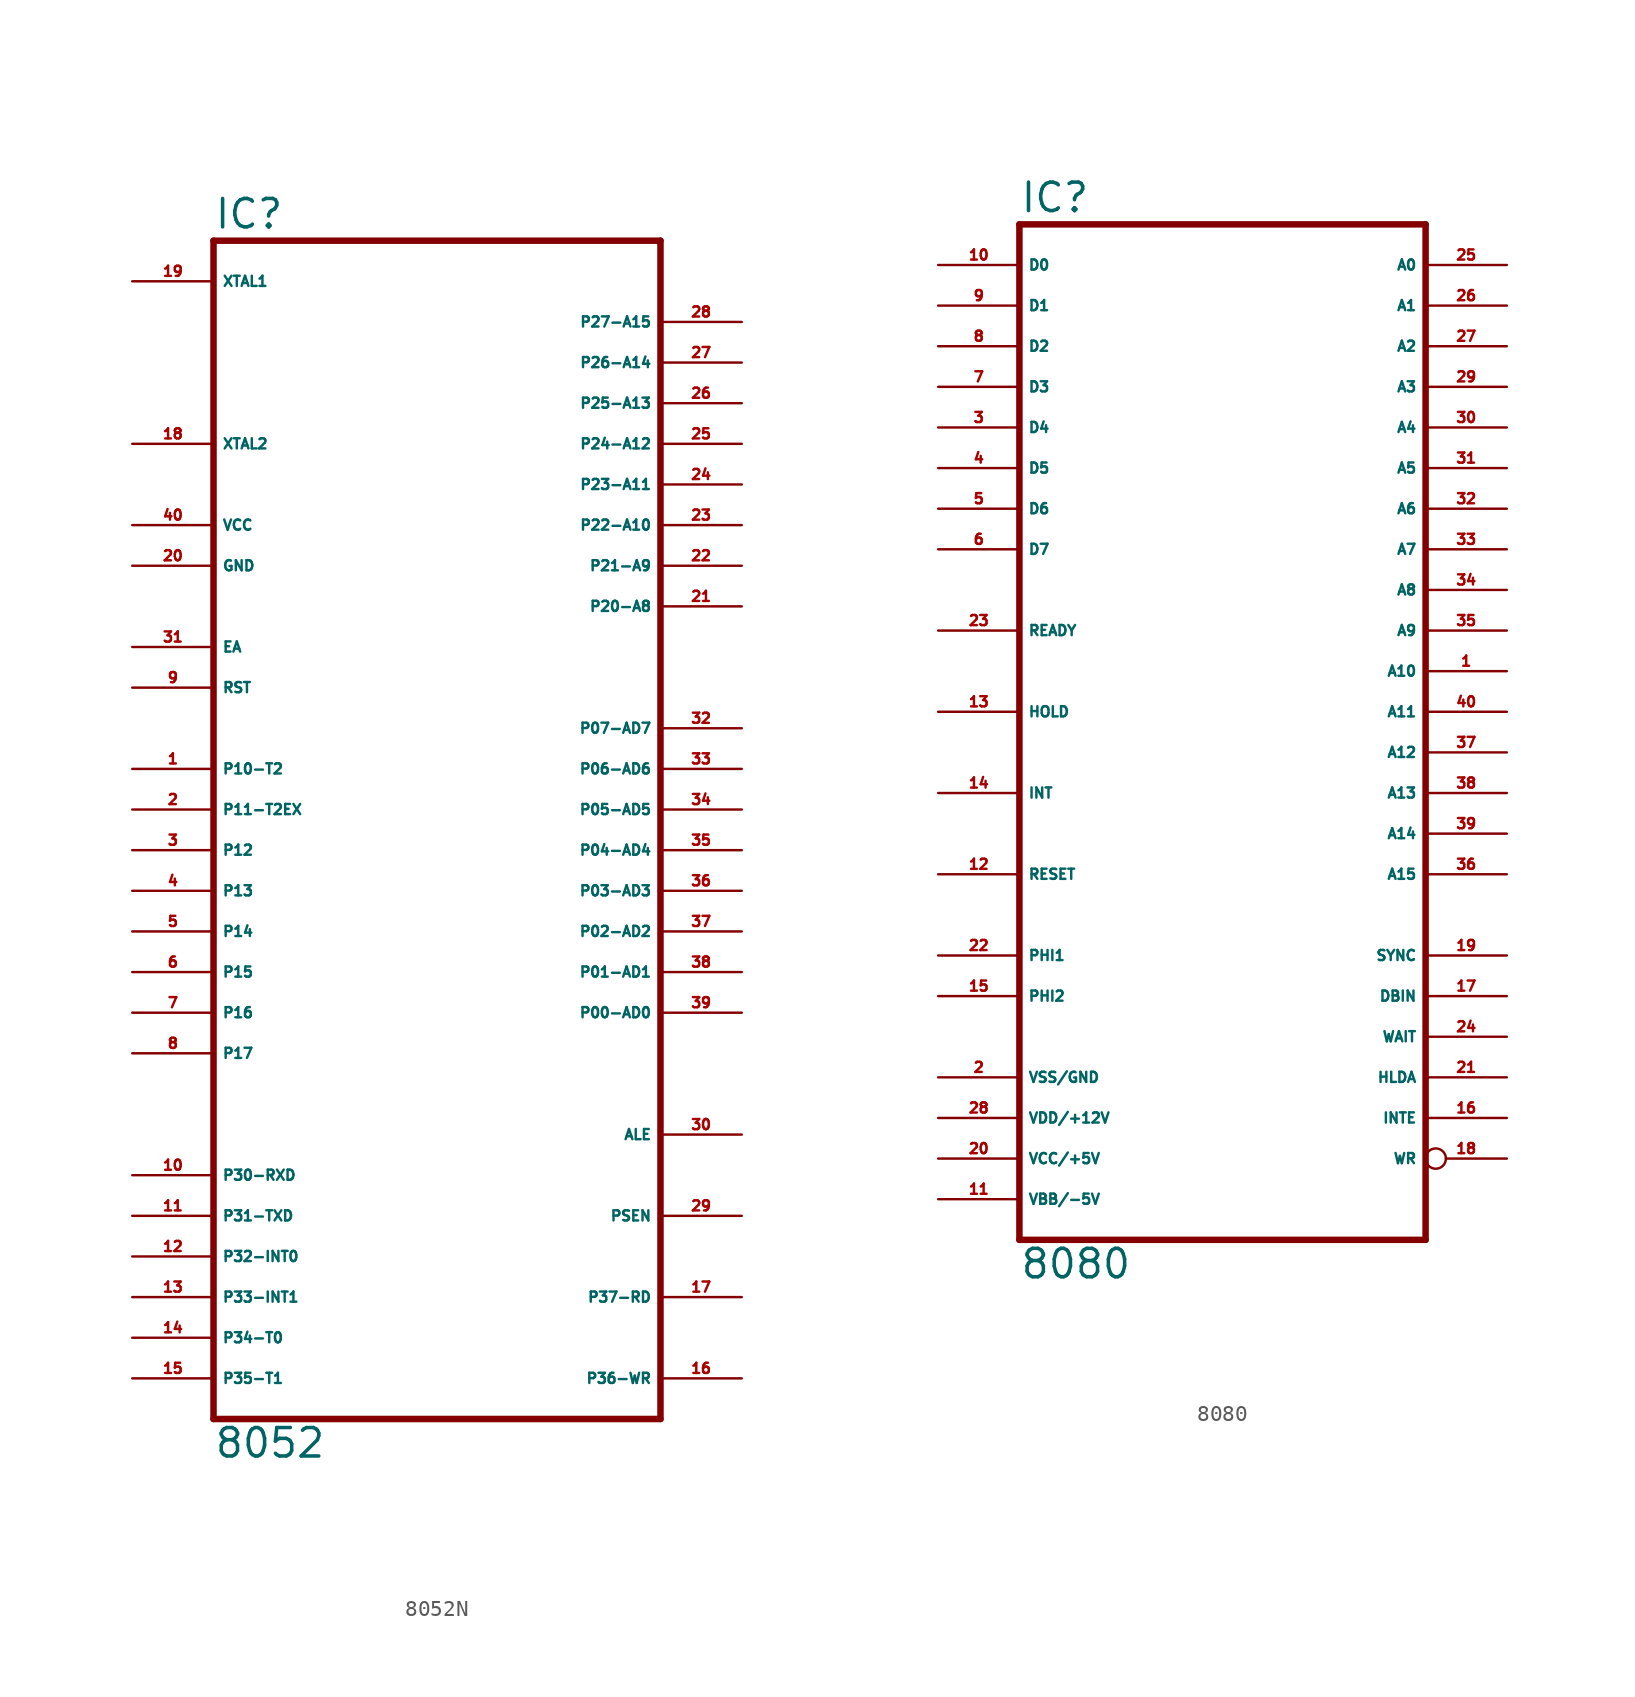
<source format=kicad_sym>
(kicad_symbol_lib
  (version 20220914)
  (generator Eagle2Kicad)
  (symbol "8052N"
    (property "Reference" "IC"
      (at -15.24 36.195 0)
      (effects (font (size 1.778 1.778) (thickness 0.22)) (justify left bottom)))
    (property "Value" "8052"
      (at -15.24 -40.64 0)
      (effects (font (size 1.778 1.778) (thickness 0.22)) (justify left bottom)))
    (polyline
      (pts (xy 12.7 35.56) (xy 12.7 -38.1))
      (stroke (width 0.406) (type default))
      (fill (type none)))
    (polyline
      (pts (xy -15.24 -38.1) (xy 12.7 -38.1))
      (stroke (width 0.406) (type default))
      (fill (type none)))
    (polyline
      (pts (xy -15.24 -38.1) (xy -15.24 35.56))
      (stroke (width 0.406) (type default))
      (fill (type none)))
    (polyline
      (pts (xy 12.7 35.56) (xy -15.24 35.56))
      (stroke (width 0.406) (type default))
      (fill (type none)))
    (pin input line
      (at -20.32 22.86 0)
      (length 5.08)
      (name "XTAL2" (effects (font (size 0.635 0.635) (thickness 0.08)) (justify left bottom)))
      (number "18" (effects (font (size 0.635 0.635) (thickness 0.08)) (justify left bottom))))
    (pin input line
      (at -20.32 33.02 0)
      (length 5.08)
      (name "XTAL1" (effects (font (size 0.635 0.635) (thickness 0.08)) (justify left bottom)))
      (number "19" (effects (font (size 0.635 0.635) (thickness 0.08)) (justify left bottom))))
    (pin input line
      (at -20.32 10.16 0)
      (length 5.08)
      (name "EA" (effects (font (size 0.635 0.635) (thickness 0.08)) (justify left bottom)))
      (number "31" (effects (font (size 0.635 0.635) (thickness 0.08)) (justify left bottom))))
    (pin bidirectional line
      (at 17.78 30.48 180)
      (length 5.08)
      (name "P27-A15" (effects (font (size 0.635 0.635) (thickness 0.08)) (justify left bottom)))
      (number "28" (effects (font (size 0.635 0.635) (thickness 0.08)) (justify left bottom))))
    (pin bidirectional line
      (at 17.78 27.94 180)
      (length 5.08)
      (name "P26-A14" (effects (font (size 0.635 0.635) (thickness 0.08)) (justify left bottom)))
      (number "27" (effects (font (size 0.635 0.635) (thickness 0.08)) (justify left bottom))))
    (pin bidirectional line
      (at 17.78 25.4 180)
      (length 5.08)
      (name "P25-A13" (effects (font (size 0.635 0.635) (thickness 0.08)) (justify left bottom)))
      (number "26" (effects (font (size 0.635 0.635) (thickness 0.08)) (justify left bottom))))
    (pin bidirectional line
      (at 17.78 22.86 180)
      (length 5.08)
      (name "P24-A12" (effects (font (size 0.635 0.635) (thickness 0.08)) (justify left bottom)))
      (number "25" (effects (font (size 0.635 0.635) (thickness 0.08)) (justify left bottom))))
    (pin bidirectional line
      (at 17.78 20.32 180)
      (length 5.08)
      (name "P23-A11" (effects (font (size 0.635 0.635) (thickness 0.08)) (justify left bottom)))
      (number "24" (effects (font (size 0.635 0.635) (thickness 0.08)) (justify left bottom))))
    (pin bidirectional line
      (at 17.78 17.78 180)
      (length 5.08)
      (name "P22-A10" (effects (font (size 0.635 0.635) (thickness 0.08)) (justify left bottom)))
      (number "23" (effects (font (size 0.635 0.635) (thickness 0.08)) (justify left bottom))))
    (pin bidirectional line
      (at 17.78 15.24 180)
      (length 5.08)
      (name "P21-A9" (effects (font (size 0.635 0.635) (thickness 0.08)) (justify left bottom)))
      (number "22" (effects (font (size 0.635 0.635) (thickness 0.08)) (justify left bottom))))
    (pin bidirectional line
      (at 17.78 12.7 180)
      (length 5.08)
      (name "P20-A8" (effects (font (size 0.635 0.635) (thickness 0.08)) (justify left bottom)))
      (number "21" (effects (font (size 0.635 0.635) (thickness 0.08)) (justify left bottom))))
    (pin bidirectional line
      (at 17.78 5.08 180)
      (length 5.08)
      (name "P07-AD7" (effects (font (size 0.635 0.635) (thickness 0.08)) (justify left bottom)))
      (number "32" (effects (font (size 0.635 0.635) (thickness 0.08)) (justify left bottom))))
    (pin bidirectional line
      (at 17.78 2.54 180)
      (length 5.08)
      (name "P06-AD6" (effects (font (size 0.635 0.635) (thickness 0.08)) (justify left bottom)))
      (number "33" (effects (font (size 0.635 0.635) (thickness 0.08)) (justify left bottom))))
    (pin bidirectional line
      (at 17.78 0 180)
      (length 5.08)
      (name "P05-AD5" (effects (font (size 0.635 0.635) (thickness 0.08)) (justify left bottom)))
      (number "34" (effects (font (size 0.635 0.635) (thickness 0.08)) (justify left bottom))))
    (pin bidirectional line
      (at 17.78 -2.54 180)
      (length 5.08)
      (name "P04-AD4" (effects (font (size 0.635 0.635) (thickness 0.08)) (justify left bottom)))
      (number "35" (effects (font (size 0.635 0.635) (thickness 0.08)) (justify left bottom))))
    (pin bidirectional line
      (at 17.78 -5.08 180)
      (length 5.08)
      (name "P03-AD3" (effects (font (size 0.635 0.635) (thickness 0.08)) (justify left bottom)))
      (number "36" (effects (font (size 0.635 0.635) (thickness 0.08)) (justify left bottom))))
    (pin bidirectional line
      (at 17.78 -7.62 180)
      (length 5.08)
      (name "P02-AD2" (effects (font (size 0.635 0.635) (thickness 0.08)) (justify left bottom)))
      (number "37" (effects (font (size 0.635 0.635) (thickness 0.08)) (justify left bottom))))
    (pin bidirectional line
      (at 17.78 -10.16 180)
      (length 5.08)
      (name "P01-AD1" (effects (font (size 0.635 0.635) (thickness 0.08)) (justify left bottom)))
      (number "38" (effects (font (size 0.635 0.635) (thickness 0.08)) (justify left bottom))))
    (pin bidirectional line
      (at 17.78 -12.7 180)
      (length 5.08)
      (name "P00-AD0" (effects (font (size 0.635 0.635) (thickness 0.08)) (justify left bottom)))
      (number "39" (effects (font (size 0.635 0.635) (thickness 0.08)) (justify left bottom))))
    (pin output line
      (at 17.78 -20.32 180)
      (length 5.08)
      (name "ALE" (effects (font (size 0.635 0.635) (thickness 0.08)) (justify left bottom)))
      (number "30" (effects (font (size 0.635 0.635) (thickness 0.08)) (justify left bottom))))
    (pin output line
      (at 17.78 -25.4 180)
      (length 5.08)
      (name "PSEN" (effects (font (size 0.635 0.635) (thickness 0.08)) (justify left bottom)))
      (number "29" (effects (font (size 0.635 0.635) (thickness 0.08)) (justify left bottom))))
    (pin bidirectional line
      (at 17.78 -30.48 180)
      (length 5.08)
      (name "P37-RD" (effects (font (size 0.635 0.635) (thickness 0.08)) (justify left bottom)))
      (number "17" (effects (font (size 0.635 0.635) (thickness 0.08)) (justify left bottom))))
    (pin bidirectional line
      (at 17.78 -35.56 180)
      (length 5.08)
      (name "P36-WR" (effects (font (size 0.635 0.635) (thickness 0.08)) (justify left bottom)))
      (number "16" (effects (font (size 0.635 0.635) (thickness 0.08)) (justify left bottom))))
    (pin unspecified line
      (at -20.32 17.78 0)
      (length 5.08)
      (name "VCC" (effects (font (size 0.635 0.635) (thickness 0.08)) (justify left bottom)))
      (number "40" (effects (font (size 0.635 0.635) (thickness 0.08)) (justify left bottom))))
    (pin unspecified line
      (at -20.32 15.24 0)
      (length 5.08)
      (name "GND" (effects (font (size 0.635 0.635) (thickness 0.08)) (justify left bottom)))
      (number "20" (effects (font (size 0.635 0.635) (thickness 0.08)) (justify left bottom))))
    (pin bidirectional line
      (at -20.32 0 0)
      (length 5.08)
      (name "P11-T2EX" (effects (font (size 0.635 0.635) (thickness 0.08)) (justify left bottom)))
      (number "2" (effects (font (size 0.635 0.635) (thickness 0.08)) (justify left bottom))))
    (pin input line
      (at -20.32 7.62 0)
      (length 5.08)
      (name "RST" (effects (font (size 0.635 0.635) (thickness 0.08)) (justify left bottom)))
      (number "9" (effects (font (size 0.635 0.635) (thickness 0.08)) (justify left bottom))))
    (pin bidirectional line
      (at -20.32 -5.08 0)
      (length 5.08)
      (name "P13" (effects (font (size 0.635 0.635) (thickness 0.08)) (justify left bottom)))
      (number "4" (effects (font (size 0.635 0.635) (thickness 0.08)) (justify left bottom))))
    (pin bidirectional line
      (at -20.32 -7.62 0)
      (length 5.08)
      (name "P14" (effects (font (size 0.635 0.635) (thickness 0.08)) (justify left bottom)))
      (number "5" (effects (font (size 0.635 0.635) (thickness 0.08)) (justify left bottom))))
    (pin bidirectional line
      (at -20.32 -10.16 0)
      (length 5.08)
      (name "P15" (effects (font (size 0.635 0.635) (thickness 0.08)) (justify left bottom)))
      (number "6" (effects (font (size 0.635 0.635) (thickness 0.08)) (justify left bottom))))
    (pin bidirectional line
      (at -20.32 -12.7 0)
      (length 5.08)
      (name "P16" (effects (font (size 0.635 0.635) (thickness 0.08)) (justify left bottom)))
      (number "7" (effects (font (size 0.635 0.635) (thickness 0.08)) (justify left bottom))))
    (pin bidirectional line
      (at -20.32 -15.24 0)
      (length 5.08)
      (name "P17" (effects (font (size 0.635 0.635) (thickness 0.08)) (justify left bottom)))
      (number "8" (effects (font (size 0.635 0.635) (thickness 0.08)) (justify left bottom))))
    (pin bidirectional line
      (at -20.32 -22.86 0)
      (length 5.08)
      (name "P30-RXD" (effects (font (size 0.635 0.635) (thickness 0.08)) (justify left bottom)))
      (number "10" (effects (font (size 0.635 0.635) (thickness 0.08)) (justify left bottom))))
    (pin bidirectional line
      (at -20.32 -25.4 0)
      (length 5.08)
      (name "P31-TXD" (effects (font (size 0.635 0.635) (thickness 0.08)) (justify left bottom)))
      (number "11" (effects (font (size 0.635 0.635) (thickness 0.08)) (justify left bottom))))
    (pin bidirectional line
      (at -20.32 -27.94 0)
      (length 5.08)
      (name "P32-INT0" (effects (font (size 0.635 0.635) (thickness 0.08)) (justify left bottom)))
      (number "12" (effects (font (size 0.635 0.635) (thickness 0.08)) (justify left bottom))))
    (pin bidirectional line
      (at -20.32 -30.48 0)
      (length 5.08)
      (name "P33-INT1" (effects (font (size 0.635 0.635) (thickness 0.08)) (justify left bottom)))
      (number "13" (effects (font (size 0.635 0.635) (thickness 0.08)) (justify left bottom))))
    (pin bidirectional line
      (at -20.32 -33.02 0)
      (length 5.08)
      (name "P34-T0" (effects (font (size 0.635 0.635) (thickness 0.08)) (justify left bottom)))
      (number "14" (effects (font (size 0.635 0.635) (thickness 0.08)) (justify left bottom))))
    (pin bidirectional line
      (at -20.32 -35.56 0)
      (length 5.08)
      (name "P35-T1" (effects (font (size 0.635 0.635) (thickness 0.08)) (justify left bottom)))
      (number "15" (effects (font (size 0.635 0.635) (thickness 0.08)) (justify left bottom))))
    (pin bidirectional line
      (at -20.32 -2.54 0)
      (length 5.08)
      (name "P12" (effects (font (size 0.635 0.635) (thickness 0.08)) (justify left bottom)))
      (number "3" (effects (font (size 0.635 0.635) (thickness 0.08)) (justify left bottom))))
    (pin bidirectional line
      (at -20.32 2.54 0)
      (length 5.08)
      (name "P10-T2" (effects (font (size 0.635 0.635) (thickness 0.08)) (justify left bottom)))
      (number "1" (effects (font (size 0.635 0.635) (thickness 0.08)) (justify left bottom)))))
  (symbol "8080"
    (property "Reference" "IC"
      (at -12.7 31.115 0)
      (effects (font (size 1.778 1.778) (thickness 0.22)) (justify left bottom)))
    (property "Value" "8080"
      (at -12.7 -35.56 0)
      (effects (font (size 1.778 1.778) (thickness 0.22)) (justify left bottom)))
    (polyline
      (pts (xy -12.7 -33.02) (xy 12.7 -33.02))
      (stroke (width 0.406) (type default))
      (fill (type none)))
    (polyline
      (pts (xy 12.7 30.48) (xy 12.7 -33.02))
      (stroke (width 0.406) (type default))
      (fill (type none)))
    (polyline
      (pts (xy 12.7 30.48) (xy -12.7 30.48))
      (stroke (width 0.406) (type default))
      (fill (type none)))
    (polyline
      (pts (xy -12.7 -33.02) (xy -12.7 30.48))
      (stroke (width 0.406) (type default))
      (fill (type none)))
    (pin bidirectional line
      (at -17.78 27.94 0)
      (length 5.08)
      (name "D0" (effects (font (size 0.635 0.635) (thickness 0.08)) (justify left bottom)))
      (number "10" (effects (font (size 0.635 0.635) (thickness 0.08)) (justify left bottom))))
    (pin bidirectional line
      (at -17.78 25.4 0)
      (length 5.08)
      (name "D1" (effects (font (size 0.635 0.635) (thickness 0.08)) (justify left bottom)))
      (number "9" (effects (font (size 0.635 0.635) (thickness 0.08)) (justify left bottom))))
    (pin bidirectional line
      (at -17.78 22.86 0)
      (length 5.08)
      (name "D2" (effects (font (size 0.635 0.635) (thickness 0.08)) (justify left bottom)))
      (number "8" (effects (font (size 0.635 0.635) (thickness 0.08)) (justify left bottom))))
    (pin bidirectional line
      (at -17.78 20.32 0)
      (length 5.08)
      (name "D3" (effects (font (size 0.635 0.635) (thickness 0.08)) (justify left bottom)))
      (number "7" (effects (font (size 0.635 0.635) (thickness 0.08)) (justify left bottom))))
    (pin bidirectional line
      (at -17.78 17.78 0)
      (length 5.08)
      (name "D4" (effects (font (size 0.635 0.635) (thickness 0.08)) (justify left bottom)))
      (number "3" (effects (font (size 0.635 0.635) (thickness 0.08)) (justify left bottom))))
    (pin bidirectional line
      (at -17.78 15.24 0)
      (length 5.08)
      (name "D5" (effects (font (size 0.635 0.635) (thickness 0.08)) (justify left bottom)))
      (number "4" (effects (font (size 0.635 0.635) (thickness 0.08)) (justify left bottom))))
    (pin bidirectional line
      (at -17.78 12.7 0)
      (length 5.08)
      (name "D6" (effects (font (size 0.635 0.635) (thickness 0.08)) (justify left bottom)))
      (number "5" (effects (font (size 0.635 0.635) (thickness 0.08)) (justify left bottom))))
    (pin bidirectional line
      (at -17.78 10.16 0)
      (length 5.08)
      (name "D7" (effects (font (size 0.635 0.635) (thickness 0.08)) (justify left bottom)))
      (number "6" (effects (font (size 0.635 0.635) (thickness 0.08)) (justify left bottom))))
    (pin output line
      (at 17.78 27.94 180)
      (length 5.08)
      (name "A0" (effects (font (size 0.635 0.635) (thickness 0.08)) (justify left bottom)))
      (number "25" (effects (font (size 0.635 0.635) (thickness 0.08)) (justify left bottom))))
    (pin output line
      (at 17.78 25.4 180)
      (length 5.08)
      (name "A1" (effects (font (size 0.635 0.635) (thickness 0.08)) (justify left bottom)))
      (number "26" (effects (font (size 0.635 0.635) (thickness 0.08)) (justify left bottom))))
    (pin output line
      (at 17.78 22.86 180)
      (length 5.08)
      (name "A2" (effects (font (size 0.635 0.635) (thickness 0.08)) (justify left bottom)))
      (number "27" (effects (font (size 0.635 0.635) (thickness 0.08)) (justify left bottom))))
    (pin output line
      (at 17.78 20.32 180)
      (length 5.08)
      (name "A3" (effects (font (size 0.635 0.635) (thickness 0.08)) (justify left bottom)))
      (number "29" (effects (font (size 0.635 0.635) (thickness 0.08)) (justify left bottom))))
    (pin output line
      (at 17.78 17.78 180)
      (length 5.08)
      (name "A4" (effects (font (size 0.635 0.635) (thickness 0.08)) (justify left bottom)))
      (number "30" (effects (font (size 0.635 0.635) (thickness 0.08)) (justify left bottom))))
    (pin output line
      (at 17.78 15.24 180)
      (length 5.08)
      (name "A5" (effects (font (size 0.635 0.635) (thickness 0.08)) (justify left bottom)))
      (number "31" (effects (font (size 0.635 0.635) (thickness 0.08)) (justify left bottom))))
    (pin output line
      (at 17.78 12.7 180)
      (length 5.08)
      (name "A6" (effects (font (size 0.635 0.635) (thickness 0.08)) (justify left bottom)))
      (number "32" (effects (font (size 0.635 0.635) (thickness 0.08)) (justify left bottom))))
    (pin output line
      (at 17.78 10.16 180)
      (length 5.08)
      (name "A7" (effects (font (size 0.635 0.635) (thickness 0.08)) (justify left bottom)))
      (number "33" (effects (font (size 0.635 0.635) (thickness 0.08)) (justify left bottom))))
    (pin output line
      (at 17.78 7.62 180)
      (length 5.08)
      (name "A8" (effects (font (size 0.635 0.635) (thickness 0.08)) (justify left bottom)))
      (number "34" (effects (font (size 0.635 0.635) (thickness 0.08)) (justify left bottom))))
    (pin output line
      (at 17.78 5.08 180)
      (length 5.08)
      (name "A9" (effects (font (size 0.635 0.635) (thickness 0.08)) (justify left bottom)))
      (number "35" (effects (font (size 0.635 0.635) (thickness 0.08)) (justify left bottom))))
    (pin output line
      (at 17.78 2.54 180)
      (length 5.08)
      (name "A10" (effects (font (size 0.635 0.635) (thickness 0.08)) (justify left bottom)))
      (number "1" (effects (font (size 0.635 0.635) (thickness 0.08)) (justify left bottom))))
    (pin output line
      (at 17.78 0 180)
      (length 5.08)
      (name "A11" (effects (font (size 0.635 0.635) (thickness 0.08)) (justify left bottom)))
      (number "40" (effects (font (size 0.635 0.635) (thickness 0.08)) (justify left bottom))))
    (pin output line
      (at 17.78 -2.54 180)
      (length 5.08)
      (name "A12" (effects (font (size 0.635 0.635) (thickness 0.08)) (justify left bottom)))
      (number "37" (effects (font (size 0.635 0.635) (thickness 0.08)) (justify left bottom))))
    (pin output line
      (at 17.78 -5.08 180)
      (length 5.08)
      (name "A13" (effects (font (size 0.635 0.635) (thickness 0.08)) (justify left bottom)))
      (number "38" (effects (font (size 0.635 0.635) (thickness 0.08)) (justify left bottom))))
    (pin output line
      (at 17.78 -7.62 180)
      (length 5.08)
      (name "A14" (effects (font (size 0.635 0.635) (thickness 0.08)) (justify left bottom)))
      (number "39" (effects (font (size 0.635 0.635) (thickness 0.08)) (justify left bottom))))
    (pin output line
      (at 17.78 -10.16 180)
      (length 5.08)
      (name "A15" (effects (font (size 0.635 0.635) (thickness 0.08)) (justify left bottom)))
      (number "36" (effects (font (size 0.635 0.635) (thickness 0.08)) (justify left bottom))))
    (pin output line
      (at 17.78 -15.24 180)
      (length 5.08)
      (name "SYNC" (effects (font (size 0.635 0.635) (thickness 0.08)) (justify left bottom)))
      (number "19" (effects (font (size 0.635 0.635) (thickness 0.08)) (justify left bottom))))
    (pin output line
      (at 17.78 -17.78 180)
      (length 5.08)
      (name "DBIN" (effects (font (size 0.635 0.635) (thickness 0.08)) (justify left bottom)))
      (number "17" (effects (font (size 0.635 0.635) (thickness 0.08)) (justify left bottom))))
    (pin output line
      (at 17.78 -20.32 180)
      (length 5.08)
      (name "WAIT" (effects (font (size 0.635 0.635) (thickness 0.08)) (justify left bottom)))
      (number "24" (effects (font (size 0.635 0.635) (thickness 0.08)) (justify left bottom))))
    (pin output inverted
      (at 17.78 -27.94 180)
      (length 5.08)
      (name "WR" (effects (font (size 0.635 0.635) (thickness 0.08)) (justify left bottom)))
      (number "18" (effects (font (size 0.635 0.635) (thickness 0.08)) (justify left bottom))))
    (pin output line
      (at 17.78 -22.86 180)
      (length 5.08)
      (name "HLDA" (effects (font (size 0.635 0.635) (thickness 0.08)) (justify left bottom)))
      (number "21" (effects (font (size 0.635 0.635) (thickness 0.08)) (justify left bottom))))
    (pin output line
      (at 17.78 -25.4 180)
      (length 5.08)
      (name "INTE" (effects (font (size 0.635 0.635) (thickness 0.08)) (justify left bottom)))
      (number "16" (effects (font (size 0.635 0.635) (thickness 0.08)) (justify left bottom))))
    (pin input line
      (at -17.78 5.08 0)
      (length 5.08)
      (name "READY" (effects (font (size 0.635 0.635) (thickness 0.08)) (justify left bottom)))
      (number "23" (effects (font (size 0.635 0.635) (thickness 0.08)) (justify left bottom))))
    (pin input line
      (at -17.78 0 0)
      (length 5.08)
      (name "HOLD" (effects (font (size 0.635 0.635) (thickness 0.08)) (justify left bottom)))
      (number "13" (effects (font (size 0.635 0.635) (thickness 0.08)) (justify left bottom))))
    (pin input line
      (at -17.78 -5.08 0)
      (length 5.08)
      (name "INT" (effects (font (size 0.635 0.635) (thickness 0.08)) (justify left bottom)))
      (number "14" (effects (font (size 0.635 0.635) (thickness 0.08)) (justify left bottom))))
    (pin input line
      (at -17.78 -10.16 0)
      (length 5.08)
      (name "RESET" (effects (font (size 0.635 0.635) (thickness 0.08)) (justify left bottom)))
      (number "12" (effects (font (size 0.635 0.635) (thickness 0.08)) (justify left bottom))))
    (pin unspecified line
      (at -17.78 -22.86 0)
      (length 5.08)
      (name "VSS/GND" (effects (font (size 0.635 0.635) (thickness 0.08)) (justify left bottom)))
      (number "2" (effects (font (size 0.635 0.635) (thickness 0.08)) (justify left bottom))))
    (pin unspecified line
      (at -17.78 -25.4 0)
      (length 5.08)
      (name "VDD/+12V" (effects (font (size 0.635 0.635) (thickness 0.08)) (justify left bottom)))
      (number "28" (effects (font (size 0.635 0.635) (thickness 0.08)) (justify left bottom))))
    (pin unspecified line
      (at -17.78 -27.94 0)
      (length 5.08)
      (name "VCC/+5V" (effects (font (size 0.635 0.635) (thickness 0.08)) (justify left bottom)))
      (number "20" (effects (font (size 0.635 0.635) (thickness 0.08)) (justify left bottom))))
    (pin unspecified line
      (at -17.78 -30.48 0)
      (length 5.08)
      (name "VBB/-5V" (effects (font (size 0.635 0.635) (thickness 0.08)) (justify left bottom)))
      (number "11" (effects (font (size 0.635 0.635) (thickness 0.08)) (justify left bottom))))
    (pin input line
      (at -17.78 -15.24 0)
      (length 5.08)
      (name "PHI1" (effects (font (size 0.635 0.635) (thickness 0.08)) (justify left bottom)))
      (number "22" (effects (font (size 0.635 0.635) (thickness 0.08)) (justify left bottom))))
    (pin input line
      (at -17.78 -17.78 0)
      (length 5.08)
      (name "PHI2" (effects (font (size 0.635 0.635) (thickness 0.08)) (justify left bottom)))
      (number "15" (effects (font (size 0.635 0.635) (thickness 0.08)) (justify left bottom))))))
</source>
